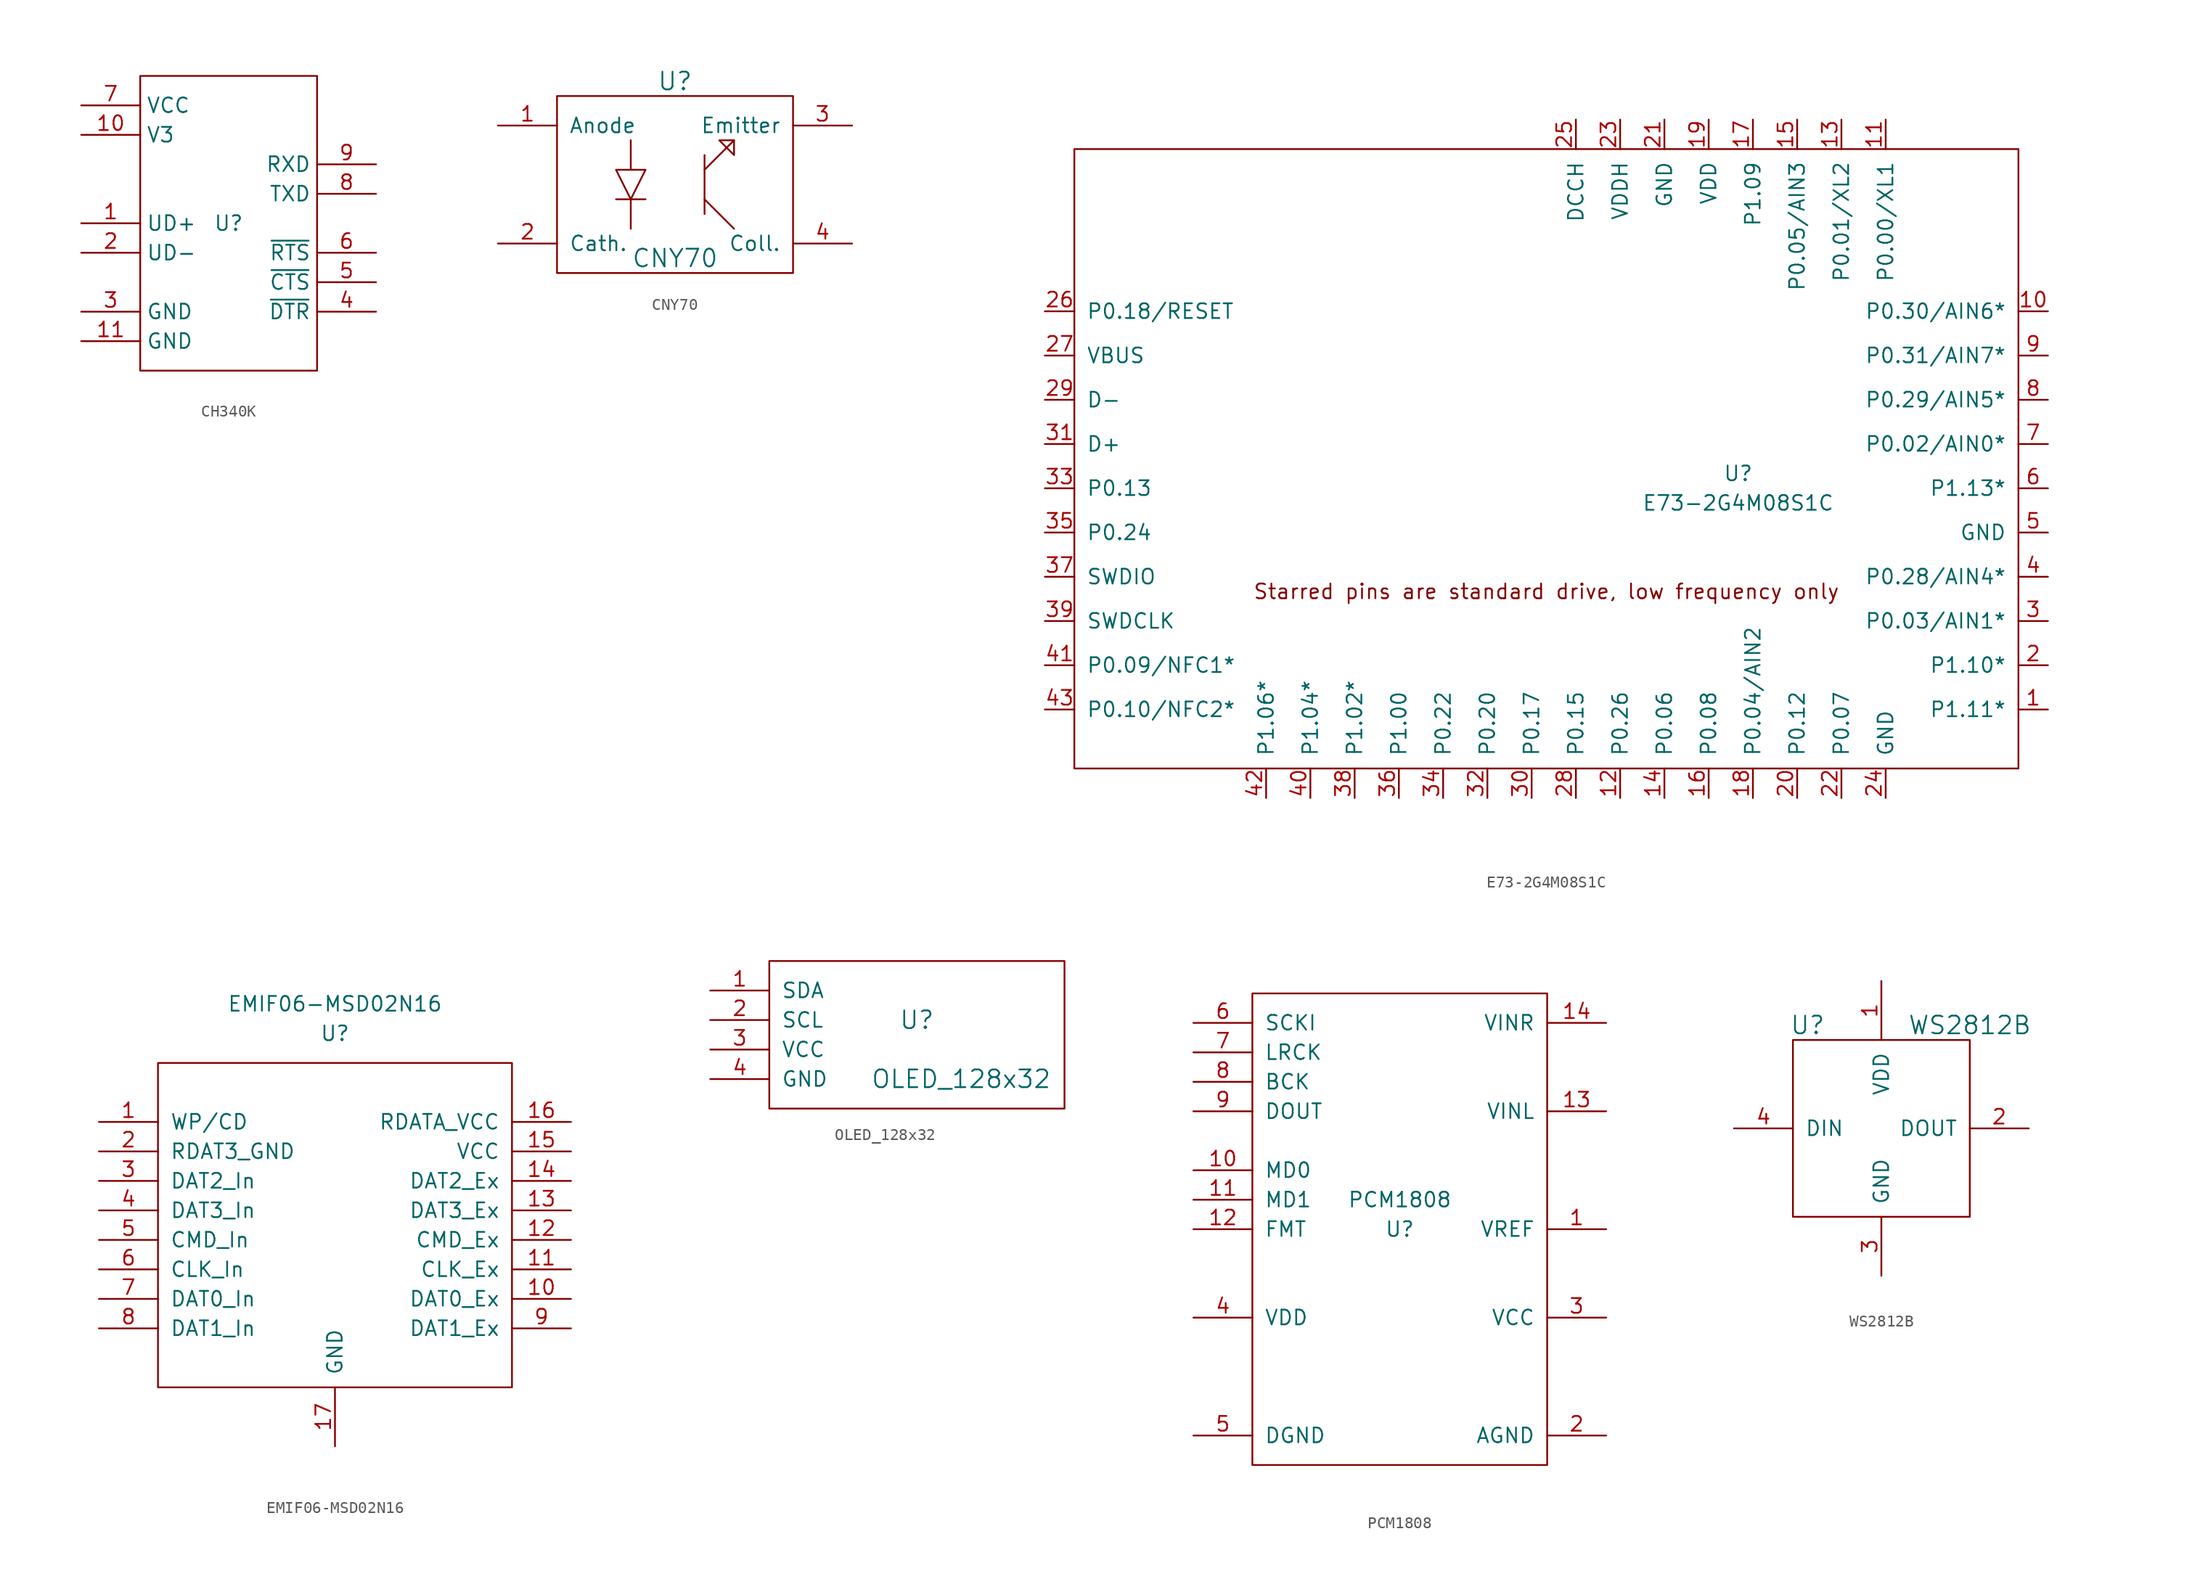
<source format=kicad_sym>
(kicad_symbol_lib
  (version 20220914)
  (generator kicad_symbol_editor)
  (symbol "CH340K"
    (property "Reference" "U"
      (at 0 0 0)
      (effects (font (size 1.27 1.27))))
    (property "Value" ""
      (at 0 -2.54 0)
      (effects (font (size 1.27 1.27))))
    (symbol "CH340K_0_1"
      (rectangle (start -7.62 12.7) (end 7.62 -12.7) (stroke (width 0) (type default)) (fill (type none))))
    (symbol "CH340K_1_1"
      (pin bidirectional line (at -12.7 0 0) (length 5.08) (name "UD+" (effects (font (size 1.27 1.27)))) (number "1" (effects (font (size 1.27 1.27)))))
      (pin power_out line (at -12.7 7.62 0) (length 5.08) (name "V3" (effects (font (size 1.27 1.27)))) (number "10" (effects (font (size 1.27 1.27)))))
      (pin power_in line (at -12.7 -10.16 0) (length 5.08) (name "GND" (effects (font (size 1.27 1.27)))) (number "11" (effects (font (size 1.27 1.27)))))
      (pin bidirectional line (at -12.7 -2.54 0) (length 5.08) (name "UD-" (effects (font (size 1.27 1.27)))) (number "2" (effects (font (size 1.27 1.27)))))
      (pin power_in line (at -12.7 -7.62 0) (length 5.08) (name "GND" (effects (font (size 1.27 1.27)))) (number "3" (effects (font (size 1.27 1.27)))))
      (pin output line (at 12.7 -7.62 180) (length 5.08) (name "~{DTR}" (effects (font (size 1.27 1.27)))) (number "4" (effects (font (size 1.27 1.27)))))
      (pin input line (at 12.7 -5.08 180) (length 5.08) (name "~{CTS}" (effects (font (size 1.27 1.27)))) (number "5" (effects (font (size 1.27 1.27)))))
      (pin output line (at 12.7 -2.54 180) (length 5.08) (name "~{RTS}" (effects (font (size 1.27 1.27)))) (number "6" (effects (font (size 1.27 1.27)))))
      (pin power_in line (at -12.7 10.16 0) (length 5.08) (name "VCC" (effects (font (size 1.27 1.27)))) (number "7" (effects (font (size 1.27 1.27)))))
      (pin output line (at 12.7 2.54 180) (length 5.08) (name "TXD" (effects (font (size 1.27 1.27)))) (number "8" (effects (font (size 1.27 1.27)))))
      (pin input line (at 12.7 5.08 180) (length 5.08) (name "RXD" (effects (font (size 1.27 1.27)))) (number "9" (effects (font (size 1.27 1.27)))))))
  (symbol "CNY70"
    (pin_names
      (offset 1.016))
    (property "Reference" "U"
      (at 0 8.89 0)
      (effects (font (size 1.524 1.524))))
    (property "Value" "CNY70"
      (at 0 -6.35 0)
      (effects (font (size 1.524 1.524))))
    (symbol "CNY70_0_1"
      (rectangle (start -10.16 7.62) (end 10.16 -7.62) (stroke (width 0) (type solid)) (fill (type none)))
      (polyline (pts (xy -5.08 -1.27) (xy -2.54 -1.27)) (stroke (width 0) (type solid)) (fill (type none)))
      (polyline (pts (xy -3.81 -1.27) (xy -3.81 -3.81)) (stroke (width 0) (type solid)) (fill (type none)))
      (polyline (pts (xy -3.81 1.27) (xy -3.81 3.81)) (stroke (width 0) (type solid)) (fill (type none)))
      (polyline (pts (xy 2.54 -1.27) (xy 3.81 -2.54)) (stroke (width 0) (type solid)) (fill (type none)))
      (polyline (pts (xy 2.54 2.54) (xy 2.54 -2.54)) (stroke (width 0) (type solid)) (fill (type none)))
      (polyline (pts (xy 3.81 -2.54) (xy 5.08 -3.81)) (stroke (width 0) (type solid)) (fill (type none)))
      (polyline (pts (xy 5.08 3.81) (xy 2.54 1.27)) (stroke (width 0) (type solid)) (fill (type none)))
      (polyline (pts (xy -3.81 -1.27) (xy -5.08 1.27) (xy -2.54 1.27) (xy -3.81 -1.27)) (stroke (width 0) (type solid)) (fill (type none)))
      (polyline (pts (xy 3.81 3.81) (xy 5.08 3.81) (xy 5.08 2.54) (xy 3.81 3.81)) (stroke (width 0) (type solid)) (fill (type none))))
    (symbol "CNY70_1_1"
      (pin input line (at -15.24 5.08 0) (length 5.08) (name "Anode" (effects (font (size 1.27 1.27)))) (number "1" (effects (font (size 1.27 1.27)))))
      (pin input line (at -15.24 -5.08 0) (length 5.08) (name "Cath." (effects (font (size 1.27 1.27)))) (number "2" (effects (font (size 1.27 1.27)))))
      (pin input line (at 15.24 5.08 180) (length 5.08) (name "Emitter" (effects (font (size 1.27 1.27)))) (number "3" (effects (font (size 1.27 1.27)))))
      (pin input line (at 15.24 -5.08 180) (length 5.08) (name "Coll." (effects (font (size 1.27 1.27)))) (number "4" (effects (font (size 1.27 1.27)))))))
  (symbol "E73-2G4M08S1C"
    (pin_names
      (offset 1.016))
    (property "Reference" "U"
      (at 1.27 0 0)
      (effects (font (size 1.27 1.27))))
    (property "Value" "E73-2G4M08S1C"
      (at 1.27 -2.54 0)
      (effects (font (size 1.27 1.27))))
    (symbol "E73-2G4M08S1C_0_0"
      (text "Starred pins are standard drive, low frequency only" (at -15.24 -10.16 0) (effects (font (size 1.27 1.27)))))
    (symbol "E73-2G4M08S1C_0_1"
      (rectangle (start -55.88 27.94) (end 25.4 -25.4) (stroke (width 0) (type solid)) (fill (type none))))
    (symbol "E73-2G4M08S1C_1_1"
      (pin input line (at 27.94 -20.32 180) (length 2.54) (name "P1.11*" (effects (font (size 1.27 1.27)))) (number "1" (effects (font (size 1.27 1.27)))))
      (pin input line (at 27.94 13.97 180) (length 2.54) (name "P0.30/AIN6*" (effects (font (size 1.27 1.27)))) (number "10" (effects (font (size 1.27 1.27)))))
      (pin input line (at 13.97 30.48 270) (length 2.54) (name "P0.00/XL1" (effects (font (size 1.27 1.27)))) (number "11" (effects (font (size 1.27 1.27)))))
      (pin input line (at -8.89 -27.94 90) (length 2.54) (name "P0.26" (effects (font (size 1.27 1.27)))) (number "12" (effects (font (size 1.27 1.27)))))
      (pin input line (at 10.16 30.48 270) (length 2.54) (name "P0.01/XL2" (effects (font (size 1.27 1.27)))) (number "13" (effects (font (size 1.27 1.27)))))
      (pin input line (at -5.08 -27.94 90) (length 2.54) (name "P0.06" (effects (font (size 1.27 1.27)))) (number "14" (effects (font (size 1.27 1.27)))))
      (pin input line (at 6.35 30.48 270) (length 2.54) (name "P0.05/AIN3" (effects (font (size 1.27 1.27)))) (number "15" (effects (font (size 1.27 1.27)))))
      (pin input line (at -1.27 -27.94 90) (length 2.54) (name "P0.08" (effects (font (size 1.27 1.27)))) (number "16" (effects (font (size 1.27 1.27)))))
      (pin input line (at 2.54 30.48 270) (length 2.54) (name "P1.09" (effects (font (size 1.27 1.27)))) (number "17" (effects (font (size 1.27 1.27)))))
      (pin input line (at 2.54 -27.94 90) (length 2.54) (name "P0.04/AIN2" (effects (font (size 1.27 1.27)))) (number "18" (effects (font (size 1.27 1.27)))))
      (pin input line (at -1.27 30.48 270) (length 2.54) (name "VDD" (effects (font (size 1.27 1.27)))) (number "19" (effects (font (size 1.27 1.27)))))
      (pin input line (at 27.94 -16.51 180) (length 2.54) (name "P1.10*" (effects (font (size 1.27 1.27)))) (number "2" (effects (font (size 1.27 1.27)))))
      (pin input line (at 6.35 -27.94 90) (length 2.54) (name "P0.12" (effects (font (size 1.27 1.27)))) (number "20" (effects (font (size 1.27 1.27)))))
      (pin input line (at -5.08 30.48 270) (length 2.54) (name "GND" (effects (font (size 1.27 1.27)))) (number "21" (effects (font (size 1.27 1.27)))))
      (pin input line (at 10.16 -27.94 90) (length 2.54) (name "P0.07" (effects (font (size 1.27 1.27)))) (number "22" (effects (font (size 1.27 1.27)))))
      (pin input line (at -8.89 30.48 270) (length 2.54) (name "VDDH" (effects (font (size 1.27 1.27)))) (number "23" (effects (font (size 1.27 1.27)))))
      (pin input line (at 13.97 -27.94 90) (length 2.54) (name "GND" (effects (font (size 1.27 1.27)))) (number "24" (effects (font (size 1.27 1.27)))))
      (pin input line (at -12.7 30.48 270) (length 2.54) (name "DCCH" (effects (font (size 1.27 1.27)))) (number "25" (effects (font (size 1.27 1.27)))))
      (pin input line (at -58.42 13.97 0) (length 2.54) (name "P0.18/RESET" (effects (font (size 1.27 1.27)))) (number "26" (effects (font (size 1.27 1.27)))))
      (pin input line (at -58.42 10.16 0) (length 2.54) (name "VBUS" (effects (font (size 1.27 1.27)))) (number "27" (effects (font (size 1.27 1.27)))))
      (pin input line (at -12.7 -27.94 90) (length 2.54) (name "P0.15" (effects (font (size 1.27 1.27)))) (number "28" (effects (font (size 1.27 1.27)))))
      (pin input line (at -58.42 6.35 0) (length 2.54) (name "D-" (effects (font (size 1.27 1.27)))) (number "29" (effects (font (size 1.27 1.27)))))
      (pin input line (at 27.94 -12.7 180) (length 2.54) (name "P0.03/AIN1*" (effects (font (size 1.27 1.27)))) (number "3" (effects (font (size 1.27 1.27)))))
      (pin input line (at -16.51 -27.94 90) (length 2.54) (name "P0.17" (effects (font (size 1.27 1.27)))) (number "30" (effects (font (size 1.27 1.27)))))
      (pin input line (at -58.42 2.54 0) (length 2.54) (name "D+" (effects (font (size 1.27 1.27)))) (number "31" (effects (font (size 1.27 1.27)))))
      (pin input line (at -20.32 -27.94 90) (length 2.54) (name "P0.20" (effects (font (size 1.27 1.27)))) (number "32" (effects (font (size 1.27 1.27)))))
      (pin input line (at -58.42 -1.27 0) (length 2.54) (name "P0.13" (effects (font (size 1.27 1.27)))) (number "33" (effects (font (size 1.27 1.27)))))
      (pin input line (at -24.13 -27.94 90) (length 2.54) (name "P0.22" (effects (font (size 1.27 1.27)))) (number "34" (effects (font (size 1.27 1.27)))))
      (pin input line (at -58.42 -5.08 0) (length 2.54) (name "P0.24" (effects (font (size 1.27 1.27)))) (number "35" (effects (font (size 1.27 1.27)))))
      (pin input line (at -27.94 -27.94 90) (length 2.54) (name "P1.00" (effects (font (size 1.27 1.27)))) (number "36" (effects (font (size 1.27 1.27)))))
      (pin input line (at -58.42 -8.89 0) (length 2.54) (name "SWDIO" (effects (font (size 1.27 1.27)))) (number "37" (effects (font (size 1.27 1.27)))))
      (pin input line (at -31.75 -27.94 90) (length 2.54) (name "P1.02*" (effects (font (size 1.27 1.27)))) (number "38" (effects (font (size 1.27 1.27)))))
      (pin input line (at -58.42 -12.7 0) (length 2.54) (name "SWDCLK" (effects (font (size 1.27 1.27)))) (number "39" (effects (font (size 1.27 1.27)))))
      (pin input line (at 27.94 -8.89 180) (length 2.54) (name "P0.28/AIN4*" (effects (font (size 1.27 1.27)))) (number "4" (effects (font (size 1.27 1.27)))))
      (pin input line (at -35.56 -27.94 90) (length 2.54) (name "P1.04*" (effects (font (size 1.27 1.27)))) (number "40" (effects (font (size 1.27 1.27)))))
      (pin input line (at -58.42 -16.51 0) (length 2.54) (name "P0.09/NFC1*" (effects (font (size 1.27 1.27)))) (number "41" (effects (font (size 1.27 1.27)))))
      (pin input line (at -39.37 -27.94 90) (length 2.54) (name "P1.06*" (effects (font (size 1.27 1.27)))) (number "42" (effects (font (size 1.27 1.27)))))
      (pin input line (at -58.42 -20.32 0) (length 2.54) (name "P0.10/NFC2*" (effects (font (size 1.27 1.27)))) (number "43" (effects (font (size 1.27 1.27)))))
      (pin input line (at 27.94 -5.08 180) (length 2.54) (name "GND" (effects (font (size 1.27 1.27)))) (number "5" (effects (font (size 1.27 1.27)))))
      (pin input line (at 27.94 -1.27 180) (length 2.54) (name "P1.13*" (effects (font (size 1.27 1.27)))) (number "6" (effects (font (size 1.27 1.27)))))
      (pin input line (at 27.94 2.54 180) (length 2.54) (name "P0.02/AIN0*" (effects (font (size 1.27 1.27)))) (number "7" (effects (font (size 1.27 1.27)))))
      (pin input line (at 27.94 6.35 180) (length 2.54) (name "P0.29/AIN5*" (effects (font (size 1.27 1.27)))) (number "8" (effects (font (size 1.27 1.27)))))
      (pin input line (at 27.94 10.16 180) (length 2.54) (name "P0.31/AIN7*" (effects (font (size 1.27 1.27)))) (number "9" (effects (font (size 1.27 1.27)))))))
  (symbol "EMIF06-MSD02N16"
    (pin_names
      (offset 1.016))
    (property "Reference" "U"
      (at 0 17.78 0)
      (effects (font (size 1.27 1.27))))
    (property "Value" "EMIF06-MSD02N16"
      (at 0 20.32 0)
      (effects (font (size 1.27 1.27))))
    (symbol "EMIF06-MSD02N16_0_1"
      (rectangle (start -15.24 15.24) (end 15.24 -12.7) (stroke (width 0) (type solid)) (fill (type none))))
    (symbol "EMIF06-MSD02N16_1_1"
      (pin input line (at -20.32 10.16 0) (length 5.08) (name "WP/CD" (effects (font (size 1.27 1.27)))) (number "1" (effects (font (size 1.27 1.27)))))
      (pin bidirectional line (at 20.32 -5.08 180) (length 5.08) (name "DAT0_Ex" (effects (font (size 1.27 1.27)))) (number "10" (effects (font (size 1.27 1.27)))))
      (pin input line (at 20.32 -2.54 180) (length 5.08) (name "CLK_Ex" (effects (font (size 1.27 1.27)))) (number "11" (effects (font (size 1.27 1.27)))))
      (pin input line (at 20.32 0 180) (length 5.08) (name "CMD_Ex" (effects (font (size 1.27 1.27)))) (number "12" (effects (font (size 1.27 1.27)))))
      (pin bidirectional line (at 20.32 2.54 180) (length 5.08) (name "DAT3_Ex" (effects (font (size 1.27 1.27)))) (number "13" (effects (font (size 1.27 1.27)))))
      (pin bidirectional line (at 20.32 5.08 180) (length 5.08) (name "DAT2_Ex" (effects (font (size 1.27 1.27)))) (number "14" (effects (font (size 1.27 1.27)))))
      (pin power_in line (at 20.32 7.62 180) (length 5.08) (name "VCC" (effects (font (size 1.27 1.27)))) (number "15" (effects (font (size 1.27 1.27)))))
      (pin power_in line (at 20.32 10.16 180) (length 5.08) (name "RDATA_VCC" (effects (font (size 1.27 1.27)))) (number "16" (effects (font (size 1.27 1.27)))))
      (pin power_in line (at 0 -17.78 90) (length 5.08) (name "GND" (effects (font (size 1.27 1.27)))) (number "17" (effects (font (size 1.27 1.27)))))
      (pin input line (at -20.32 7.62 0) (length 5.08) (name "RDAT3_GND" (effects (font (size 1.27 1.27)))) (number "2" (effects (font (size 1.27 1.27)))))
      (pin bidirectional line (at -20.32 5.08 0) (length 5.08) (name "DAT2_In" (effects (font (size 1.27 1.27)))) (number "3" (effects (font (size 1.27 1.27)))))
      (pin bidirectional line (at -20.32 2.54 0) (length 5.08) (name "DAT3_In" (effects (font (size 1.27 1.27)))) (number "4" (effects (font (size 1.27 1.27)))))
      (pin output line (at -20.32 0 0) (length 5.08) (name "CMD_In" (effects (font (size 1.27 1.27)))) (number "5" (effects (font (size 1.27 1.27)))))
      (pin output line (at -20.32 -2.54 0) (length 5.08) (name "CLK_In" (effects (font (size 1.27 1.27)))) (number "6" (effects (font (size 1.27 1.27)))))
      (pin bidirectional line (at -20.32 -5.08 0) (length 5.08) (name "DAT0_In" (effects (font (size 1.27 1.27)))) (number "7" (effects (font (size 1.27 1.27)))))
      (pin bidirectional line (at -20.32 -7.62 0) (length 5.08) (name "DAT1_In" (effects (font (size 1.27 1.27)))) (number "8" (effects (font (size 1.27 1.27)))))
      (pin bidirectional line (at 20.32 -7.62 180) (length 5.08) (name "DAT1_Ex" (effects (font (size 1.27 1.27)))) (number "9" (effects (font (size 1.27 1.27)))))))
  (symbol "OLED_128x32"
    (pin_names
      (offset 1.016))
    (property "Reference" "U"
      (at 0 2.54 0)
      (effects (font (size 1.524 1.524))))
    (property "Value" "OLED_128x32"
      (at 3.81 -2.54 0)
      (effects (font (size 1.524 1.524))))
    (symbol "OLED_128x32_0_1"
      (rectangle (start -12.7 7.62) (end 12.7 -5.08) (stroke (width 0) (type solid)) (fill (type none))))
    (symbol "OLED_128x32_1_1"
      (pin input line (at -17.78 5.08 0) (length 5.08) (name "SDA" (effects (font (size 1.27 1.27)))) (number "1" (effects (font (size 1.27 1.27)))))
      (pin input line (at -17.78 2.54 0) (length 5.08) (name "SCL" (effects (font (size 1.27 1.27)))) (number "2" (effects (font (size 1.27 1.27)))))
      (pin input line (at -17.78 0 0) (length 5.08) (name "VCC" (effects (font (size 1.27 1.27)))) (number "3" (effects (font (size 1.27 1.27)))))
      (pin input line (at -17.78 -2.54 0) (length 5.08) (name "GND" (effects (font (size 1.27 1.27)))) (number "4" (effects (font (size 1.27 1.27)))))))
  (symbol "PCM1808"
    (pin_names
      (offset 1.016))
    (property "Reference" "U"
      (at 0 0 0)
      (effects (font (size 1.27 1.27))))
    (property "Value" "PCM1808"
      (at 0 2.54 0)
      (effects (font (size 1.27 1.27))))
    (symbol "PCM1808_0_1"
      (rectangle (start -12.7 20.32) (end 12.7 -20.32) (stroke (width 0) (type solid)) (fill (type none))))
    (symbol "PCM1808_1_1"
      (pin power_in line (at 17.78 0 180) (length 5.08) (name "VREF" (effects (font (size 1.27 1.27)))) (number "1" (effects (font (size 1.27 1.27)))))
      (pin input line (at -17.78 5.08 0) (length 5.08) (name "MD0" (effects (font (size 1.27 1.27)))) (number "10" (effects (font (size 1.27 1.27)))))
      (pin input line (at -17.78 2.54 0) (length 5.08) (name "MD1" (effects (font (size 1.27 1.27)))) (number "11" (effects (font (size 1.27 1.27)))))
      (pin input line (at -17.78 0 0) (length 5.08) (name "FMT" (effects (font (size 1.27 1.27)))) (number "12" (effects (font (size 1.27 1.27)))))
      (pin input line (at 17.78 10.16 180) (length 5.08) (name "VINL" (effects (font (size 1.27 1.27)))) (number "13" (effects (font (size 1.27 1.27)))))
      (pin input line (at 17.78 17.78 180) (length 5.08) (name "VINR" (effects (font (size 1.27 1.27)))) (number "14" (effects (font (size 1.27 1.27)))))
      (pin power_in line (at 17.78 -17.78 180) (length 5.08) (name "AGND" (effects (font (size 1.27 1.27)))) (number "2" (effects (font (size 1.27 1.27)))))
      (pin power_in line (at 17.78 -7.62 180) (length 5.08) (name "VCC" (effects (font (size 1.27 1.27)))) (number "3" (effects (font (size 1.27 1.27)))))
      (pin power_in line (at -17.78 -7.62 0) (length 5.08) (name "VDD" (effects (font (size 1.27 1.27)))) (number "4" (effects (font (size 1.27 1.27)))))
      (pin power_in line (at -17.78 -17.78 0) (length 5.08) (name "DGND" (effects (font (size 1.27 1.27)))) (number "5" (effects (font (size 1.27 1.27)))))
      (pin input line (at -17.78 17.78 0) (length 5.08) (name "SCKI" (effects (font (size 1.27 1.27)))) (number "6" (effects (font (size 1.27 1.27)))))
      (pin input line (at -17.78 15.24 0) (length 5.08) (name "LRCK" (effects (font (size 1.27 1.27)))) (number "7" (effects (font (size 1.27 1.27)))))
      (pin input line (at -17.78 12.7 0) (length 5.08) (name "BCK" (effects (font (size 1.27 1.27)))) (number "8" (effects (font (size 1.27 1.27)))))
      (pin output line (at -17.78 10.16 0) (length 5.08) (name "DOUT" (effects (font (size 1.27 1.27)))) (number "9" (effects (font (size 1.27 1.27)))))))
  (symbol "WS2812B"
    (pin_names
      (offset 1.016))
    (property "Reference" "U"
      (at -6.35 8.89 0)
      (effects (font (size 1.524 1.524))))
    (property "Value" "WS2812B"
      (at 7.62 8.89 0)
      (effects (font (size 1.524 1.524))))
    (symbol "WS2812B_0_1"
      (rectangle (start -7.62 7.62) (end 7.62 -7.62) (stroke (width 0) (type solid)) (fill (type none))))
    (symbol "WS2812B_1_1"
      (pin power_in line (at 0 12.7 270) (length 5.08) (name "VDD" (effects (font (size 1.27 1.27)))) (number "1" (effects (font (size 1.27 1.27)))))
      (pin output line (at 12.7 0 180) (length 5.08) (name "DOUT" (effects (font (size 1.27 1.27)))) (number "2" (effects (font (size 1.27 1.27)))))
      (pin power_in line (at 0 -12.7 90) (length 5.08) (name "GND" (effects (font (size 1.27 1.27)))) (number "3" (effects (font (size 1.27 1.27)))))
      (pin input line (at -12.7 0 0) (length 5.08) (name "DIN" (effects (font (size 1.27 1.27)))) (number "4" (effects (font (size 1.27 1.27))))))))
</source>
